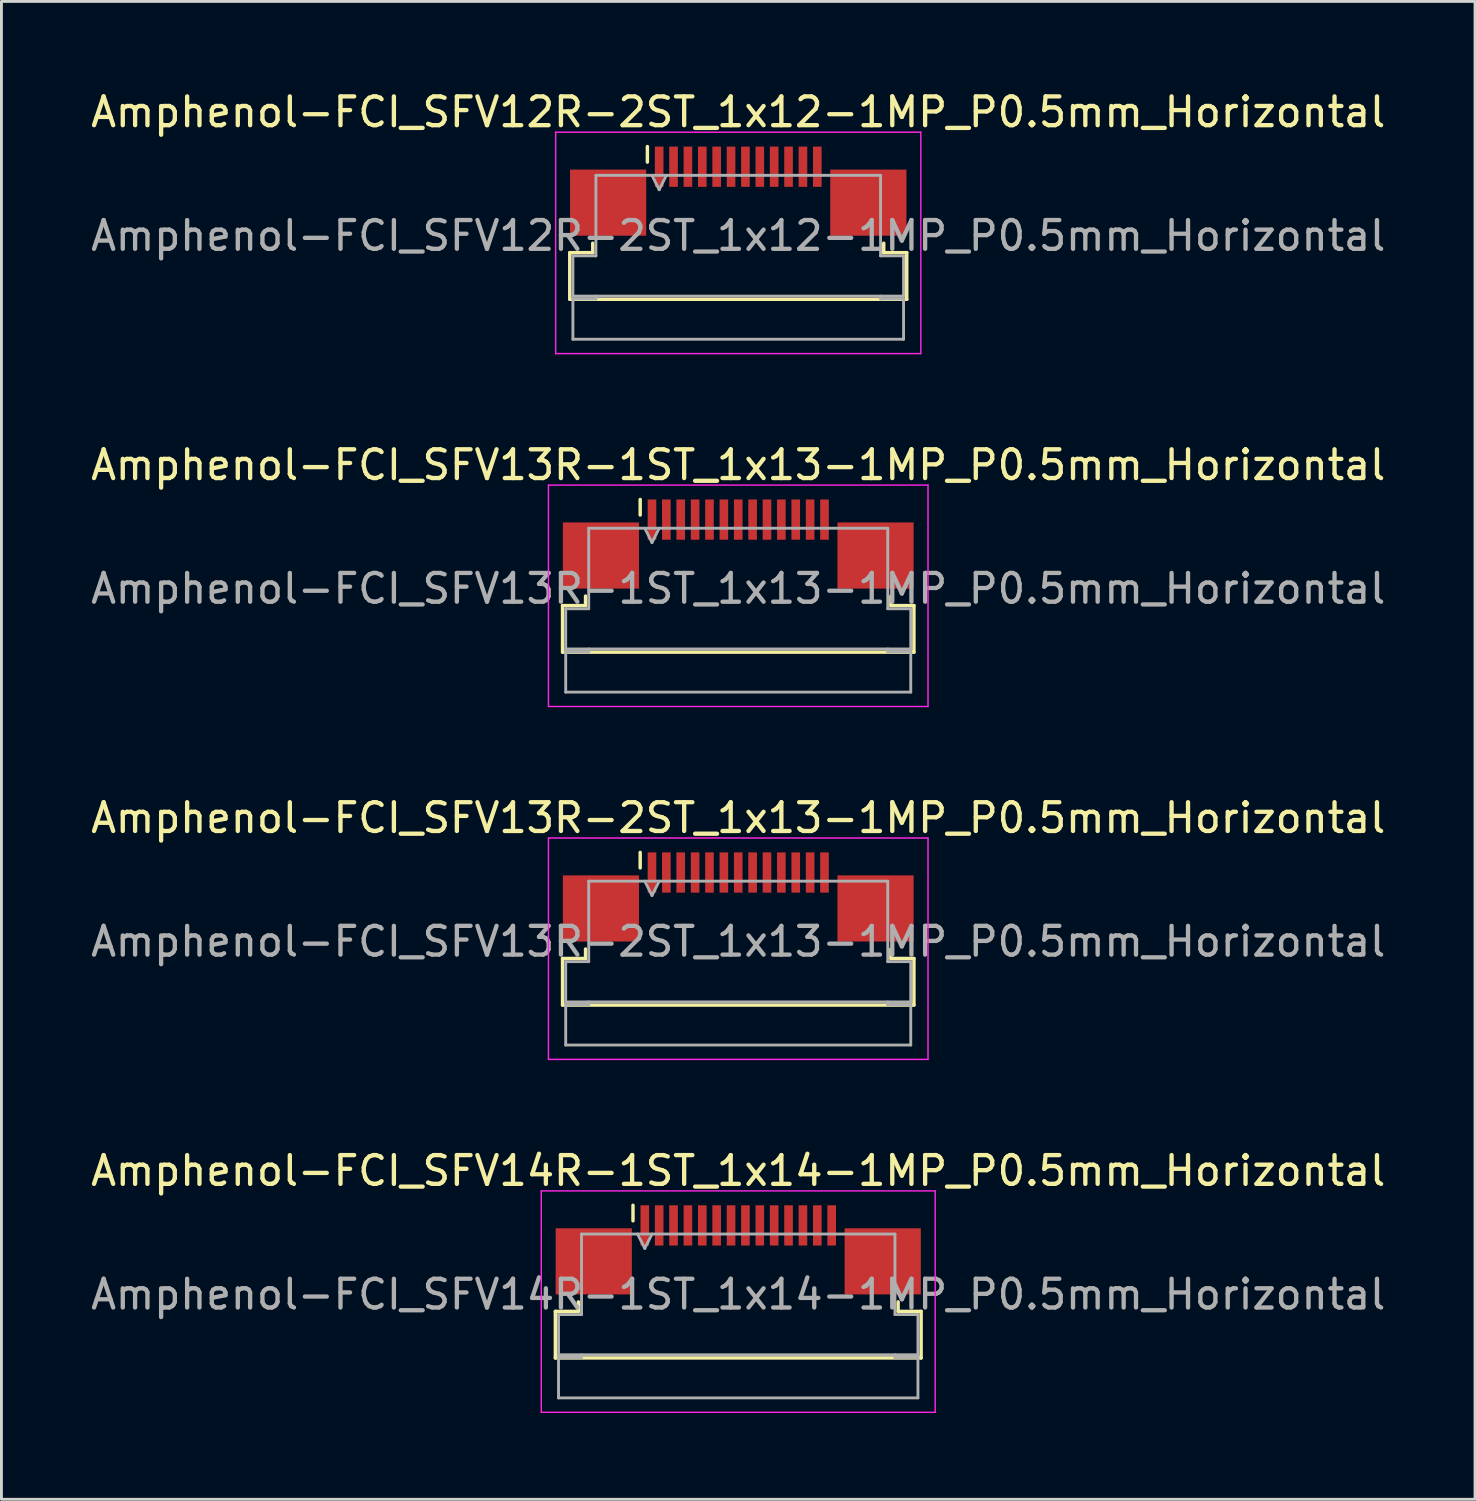
<source format=kicad_pcb>
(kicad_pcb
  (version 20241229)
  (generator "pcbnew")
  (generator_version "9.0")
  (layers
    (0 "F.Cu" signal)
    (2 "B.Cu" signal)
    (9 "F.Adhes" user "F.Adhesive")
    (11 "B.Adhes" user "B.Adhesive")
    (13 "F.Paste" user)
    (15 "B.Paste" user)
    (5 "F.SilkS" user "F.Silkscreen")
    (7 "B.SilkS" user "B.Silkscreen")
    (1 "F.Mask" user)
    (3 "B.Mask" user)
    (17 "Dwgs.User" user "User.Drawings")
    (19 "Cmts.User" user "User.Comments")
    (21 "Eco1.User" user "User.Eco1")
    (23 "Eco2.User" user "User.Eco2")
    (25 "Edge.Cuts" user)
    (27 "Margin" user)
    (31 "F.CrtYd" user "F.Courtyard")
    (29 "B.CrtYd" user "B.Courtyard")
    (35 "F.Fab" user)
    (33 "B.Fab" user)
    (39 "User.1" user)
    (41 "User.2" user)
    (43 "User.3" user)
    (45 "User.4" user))
  (footprint "Amphenol-FCI_SFV13R-2ST_1x13-1MP_P0.5mm_Horizontal"
    (layer "F.Cu")
    (at 22.625 29.295)
    (property "Reference" "Amphenol-FCI_SFV13R-2ST_1x13-1MP_P0.5mm_Horizontal" (at 0 -3.9 0) (layer "F.SilkS") (effects (font (size 1 1) (thickness 0.15))))
    (attr smd)
    (fp_line (start -6.11 0.99) (end -5.31 0.99) (stroke (width 0.12) (type solid)) (layer "F.SilkS"))
    (fp_line (start -6.11 2.61) (end -6.11 0.99) (stroke (width 0.12) (type solid)) (layer "F.SilkS"))
    (fp_line (start -5.31 0.99) (end -5.31 0.66) (stroke (width 0.12) (type solid)) (layer "F.SilkS"))
    (fp_line (start -3.41 -2.16) (end -3.41 -2.7) (stroke (width 0.12) (type solid)) (layer "F.SilkS"))
    (fp_line (start 5.31 0.66) (end 5.31 0.99) (stroke (width 0.12) (type solid)) (layer "F.SilkS"))
    (fp_line (start 5.31 0.99) (end 6.11 0.99) (stroke (width 0.12) (type solid)) (layer "F.SilkS"))
    (fp_line (start 6.11 0.99) (end 6.11 2.61) (stroke (width 0.12) (type solid)) (layer "F.SilkS"))
    (fp_line (start 6.11 2.61) (end -6.11 2.61) (stroke (width 0.12) (type solid)) (layer "F.SilkS"))
    (fp_line (start -6.6 -3.2) (end -6.6 4.5) (stroke (width 0.05) (type solid)) (layer "F.CrtYd"))
    (fp_line (start -6.6 4.5) (end 6.6 4.5) (stroke (width 0.05) (type solid)) (layer "F.CrtYd"))
    (fp_line (start 6.6 -3.2) (end -6.6 -3.2) (stroke (width 0.05) (type solid)) (layer "F.CrtYd"))
    (fp_line (start 6.6 4.5) (end 6.6 -3.2) (stroke (width 0.05) (type solid)) (layer "F.CrtYd"))
    (fp_line (start -6 1.1) (end -5.2 1.1) (stroke (width 0.1) (type solid)) (layer "F.Fab"))
    (fp_line (start -6 2.5) (end -6 1.1) (stroke (width 0.1) (type solid)) (layer "F.Fab"))
    (fp_line (start -6 2.6) (end -5.2 2.6) (stroke (width 0.1) (type solid)) (layer "F.Fab"))
    (fp_line (start -6 4) (end -6 2.6) (stroke (width 0.1) (type solid)) (layer "F.Fab"))
    (fp_line (start -5.2 -1.7) (end 5.2 -1.7) (stroke (width 0.1) (type solid)) (layer "F.Fab"))
    (fp_line (start -5.2 1.1) (end -5.2 -1.7) (stroke (width 0.1) (type solid)) (layer "F.Fab"))
    (fp_line (start -5.2 2.6) (end -5.2 2.5) (stroke (width 0.1) (type solid)) (layer "F.Fab"))
    (fp_line (start -3.25 -1.7) (end -3 -1.2) (stroke (width 0.1) (type solid)) (layer "F.Fab"))
    (fp_line (start -3 -1.2) (end -2.75 -1.7) (stroke (width 0.1) (type solid)) (layer "F.Fab"))
    (fp_line (start 5.2 -1.7) (end 5.2 1.1) (stroke (width 0.1) (type solid)) (layer "F.Fab"))
    (fp_line (start 5.2 1.1) (end 6 1.1) (stroke (width 0.1) (type solid)) (layer "F.Fab"))
    (fp_line (start 5.2 2.5) (end 5.2 2.6) (stroke (width 0.1) (type solid)) (layer "F.Fab"))
    (fp_line (start 5.2 2.6) (end 6 2.6) (stroke (width 0.1) (type solid)) (layer "F.Fab"))
    (fp_line (start 6 1.1) (end 6 2.5) (stroke (width 0.1) (type solid)) (layer "F.Fab"))
    (fp_line (start 6 2.5) (end -6 2.5) (stroke (width 0.1) (type solid)) (layer "F.Fab"))
    (fp_line (start 6 2.6) (end 6 4) (stroke (width 0.1) (type solid)) (layer "F.Fab"))
    (fp_line (start 6 4) (end -6 4) (stroke (width 0.1) (type solid)) (layer "F.Fab"))
    (fp_text user "${REFERENCE}" (at 0 0.4 0) (layer "F.Fab") (effects (font (size 1 1) (thickness 0.15))))
    (pad "1" smd rect (at -3 -2) (size 0.3 1.4) (layers "F.Cu" "F.Mask" "F.Paste"))
    (pad "2" smd rect (at -2.5 -2) (size 0.3 1.4) (layers "F.Cu" "F.Mask" "F.Paste"))
    (pad "3" smd rect (at -2 -2) (size 0.3 1.4) (layers "F.Cu" "F.Mask" "F.Paste"))
    (pad "4" smd rect (at -1.5 -2) (size 0.3 1.4) (layers "F.Cu" "F.Mask" "F.Paste"))
    (pad "5" smd rect (at -1 -2) (size 0.3 1.4) (layers "F.Cu" "F.Mask" "F.Paste"))
    (pad "6" smd rect (at -0.5 -2) (size 0.3 1.4) (layers "F.Cu" "F.Mask" "F.Paste"))
    (pad "7" smd rect (at 0 -2) (size 0.3 1.4) (layers "F.Cu" "F.Mask" "F.Paste"))
    (pad "8" smd rect (at 0.5 -2) (size 0.3 1.4) (layers "F.Cu" "F.Mask" "F.Paste"))
    (pad "9" smd rect (at 1 -2) (size 0.3 1.4) (layers "F.Cu" "F.Mask" "F.Paste"))
    (pad "10" smd rect (at 1.5 -2) (size 0.3 1.4) (layers "F.Cu" "F.Mask" "F.Paste"))
    (pad "11" smd rect (at 2 -2) (size 0.3 1.4) (layers "F.Cu" "F.Mask" "F.Paste"))
    (pad "12" smd rect (at 2.5 -2) (size 0.3 1.4) (layers "F.Cu" "F.Mask" "F.Paste"))
    (pad "13" smd rect (at 3 -2) (size 0.3 1.4) (layers "F.Cu" "F.Mask" "F.Paste"))
    (pad "MP" smd rect (at -4.775 -0.75) (size 2.65 2.3) (layers "F.Cu" "F.Mask" "F.Paste"))
    (pad "MP" smd rect (at 4.775 -0.75) (size 2.65 2.3) (layers "F.Cu" "F.Mask" "F.Paste")))
  (footprint "Amphenol-FCI_SFV13R-1ST_1x13-1MP_P0.5mm_Horizontal"
    (layer "F.Cu")
    (at 22.625 17.021)
    (property "Reference" "Amphenol-FCI_SFV13R-1ST_1x13-1MP_P0.5mm_Horizontal" (at 0 -3.9 0) (layer "F.SilkS") (effects (font (size 1 1) (thickness 0.15))))
    (attr smd)
    (fp_line (start -6.11 0.99) (end -5.31 0.99) (stroke (width 0.12) (type solid)) (layer "F.SilkS"))
    (fp_line (start -6.11 2.61) (end -6.11 0.99) (stroke (width 0.12) (type solid)) (layer "F.SilkS"))
    (fp_line (start -5.31 0.99) (end -5.31 0.66) (stroke (width 0.12) (type solid)) (layer "F.SilkS"))
    (fp_line (start -3.41 -2.16) (end -3.41 -2.7) (stroke (width 0.12) (type solid)) (layer "F.SilkS"))
    (fp_line (start 5.31 0.66) (end 5.31 0.99) (stroke (width 0.12) (type solid)) (layer "F.SilkS"))
    (fp_line (start 5.31 0.99) (end 6.11 0.99) (stroke (width 0.12) (type solid)) (layer "F.SilkS"))
    (fp_line (start 6.11 0.99) (end 6.11 2.61) (stroke (width 0.12) (type solid)) (layer "F.SilkS"))
    (fp_line (start 6.11 2.61) (end -6.11 2.61) (stroke (width 0.12) (type solid)) (layer "F.SilkS"))
    (fp_line (start -6.6 -3.2) (end -6.6 4.5) (stroke (width 0.05) (type solid)) (layer "F.CrtYd"))
    (fp_line (start -6.6 4.5) (end 6.6 4.5) (stroke (width 0.05) (type solid)) (layer "F.CrtYd"))
    (fp_line (start 6.6 -3.2) (end -6.6 -3.2) (stroke (width 0.05) (type solid)) (layer "F.CrtYd"))
    (fp_line (start 6.6 4.5) (end 6.6 -3.2) (stroke (width 0.05) (type solid)) (layer "F.CrtYd"))
    (fp_line (start -6 1.1) (end -5.2 1.1) (stroke (width 0.1) (type solid)) (layer "F.Fab"))
    (fp_line (start -6 2.5) (end -6 1.1) (stroke (width 0.1) (type solid)) (layer "F.Fab"))
    (fp_line (start -6 2.6) (end -5.2 2.6) (stroke (width 0.1) (type solid)) (layer "F.Fab"))
    (fp_line (start -6 4) (end -6 2.6) (stroke (width 0.1) (type solid)) (layer "F.Fab"))
    (fp_line (start -5.2 -1.7) (end 5.2 -1.7) (stroke (width 0.1) (type solid)) (layer "F.Fab"))
    (fp_line (start -5.2 1.1) (end -5.2 -1.7) (stroke (width 0.1) (type solid)) (layer "F.Fab"))
    (fp_line (start -5.2 2.6) (end -5.2 2.5) (stroke (width 0.1) (type solid)) (layer "F.Fab"))
    (fp_line (start -3.25 -1.7) (end -3 -1.2) (stroke (width 0.1) (type solid)) (layer "F.Fab"))
    (fp_line (start -3 -1.2) (end -2.75 -1.7) (stroke (width 0.1) (type solid)) (layer "F.Fab"))
    (fp_line (start 5.2 -1.7) (end 5.2 1.1) (stroke (width 0.1) (type solid)) (layer "F.Fab"))
    (fp_line (start 5.2 1.1) (end 6 1.1) (stroke (width 0.1) (type solid)) (layer "F.Fab"))
    (fp_line (start 5.2 2.5) (end 5.2 2.6) (stroke (width 0.1) (type solid)) (layer "F.Fab"))
    (fp_line (start 5.2 2.6) (end 6 2.6) (stroke (width 0.1) (type solid)) (layer "F.Fab"))
    (fp_line (start 6 1.1) (end 6 2.5) (stroke (width 0.1) (type solid)) (layer "F.Fab"))
    (fp_line (start 6 2.5) (end -6 2.5) (stroke (width 0.1) (type solid)) (layer "F.Fab"))
    (fp_line (start 6 2.6) (end 6 4) (stroke (width 0.1) (type solid)) (layer "F.Fab"))
    (fp_line (start 6 4) (end -6 4) (stroke (width 0.1) (type solid)) (layer "F.Fab"))
    (fp_text user "${REFERENCE}" (at 0 0.4 0) (layer "F.Fab") (effects (font (size 1 1) (thickness 0.15))))
    (pad "1" smd rect (at -3 -2) (size 0.3 1.4) (layers "F.Cu" "F.Mask" "F.Paste"))
    (pad "2" smd rect (at -2.5 -2) (size 0.3 1.4) (layers "F.Cu" "F.Mask" "F.Paste"))
    (pad "3" smd rect (at -2 -2) (size 0.3 1.4) (layers "F.Cu" "F.Mask" "F.Paste"))
    (pad "4" smd rect (at -1.5 -2) (size 0.3 1.4) (layers "F.Cu" "F.Mask" "F.Paste"))
    (pad "5" smd rect (at -1 -2) (size 0.3 1.4) (layers "F.Cu" "F.Mask" "F.Paste"))
    (pad "6" smd rect (at -0.5 -2) (size 0.3 1.4) (layers "F.Cu" "F.Mask" "F.Paste"))
    (pad "7" smd rect (at 0 -2) (size 0.3 1.4) (layers "F.Cu" "F.Mask" "F.Paste"))
    (pad "8" smd rect (at 0.5 -2) (size 0.3 1.4) (layers "F.Cu" "F.Mask" "F.Paste"))
    (pad "9" smd rect (at 1 -2) (size 0.3 1.4) (layers "F.Cu" "F.Mask" "F.Paste"))
    (pad "10" smd rect (at 1.5 -2) (size 0.3 1.4) (layers "F.Cu" "F.Mask" "F.Paste"))
    (pad "11" smd rect (at 2 -2) (size 0.3 1.4) (layers "F.Cu" "F.Mask" "F.Paste"))
    (pad "12" smd rect (at 2.5 -2) (size 0.3 1.4) (layers "F.Cu" "F.Mask" "F.Paste"))
    (pad "13" smd rect (at 3 -2) (size 0.3 1.4) (layers "F.Cu" "F.Mask" "F.Paste"))
    (pad "MP" smd rect (at -4.775 -0.75) (size 2.65 2.3) (layers "F.Cu" "F.Mask" "F.Paste"))
    (pad "MP" smd rect (at 4.775 -0.75) (size 2.65 2.3) (layers "F.Cu" "F.Mask" "F.Paste")))
  (footprint "Amphenol-FCI_SFV12R-2ST_1x12-1MP_P0.5mm_Horizontal"
    (layer "F.Cu")
    (at 22.625 4.748)
    (property "Reference" "Amphenol-FCI_SFV12R-2ST_1x12-1MP_P0.5mm_Horizontal" (at 0 -3.9 0) (layer "F.SilkS") (effects (font (size 1 1) (thickness 0.15))))
    (attr smd)
    (fp_line (start -5.86 0.99) (end -5.06 0.99) (stroke (width 0.12) (type solid)) (layer "F.SilkS"))
    (fp_line (start -5.86 2.61) (end -5.86 0.99) (stroke (width 0.12) (type solid)) (layer "F.SilkS"))
    (fp_line (start -5.06 0.99) (end -5.06 0.66) (stroke (width 0.12) (type solid)) (layer "F.SilkS"))
    (fp_line (start -3.16 -2.16) (end -3.16 -2.7) (stroke (width 0.12) (type solid)) (layer "F.SilkS"))
    (fp_line (start 5.06 0.66) (end 5.06 0.99) (stroke (width 0.12) (type solid)) (layer "F.SilkS"))
    (fp_line (start 5.06 0.99) (end 5.86 0.99) (stroke (width 0.12) (type solid)) (layer "F.SilkS"))
    (fp_line (start 5.86 0.99) (end 5.86 2.61) (stroke (width 0.12) (type solid)) (layer "F.SilkS"))
    (fp_line (start 5.86 2.61) (end -5.86 2.61) (stroke (width 0.12) (type solid)) (layer "F.SilkS"))
    (fp_line (start -6.35 -3.2) (end -6.35 4.5) (stroke (width 0.05) (type solid)) (layer "F.CrtYd"))
    (fp_line (start -6.35 4.5) (end 6.35 4.5) (stroke (width 0.05) (type solid)) (layer "F.CrtYd"))
    (fp_line (start 6.35 -3.2) (end -6.35 -3.2) (stroke (width 0.05) (type solid)) (layer "F.CrtYd"))
    (fp_line (start 6.35 4.5) (end 6.35 -3.2) (stroke (width 0.05) (type solid)) (layer "F.CrtYd"))
    (fp_line (start -5.75 1.1) (end -4.95 1.1) (stroke (width 0.1) (type solid)) (layer "F.Fab"))
    (fp_line (start -5.75 2.5) (end -5.75 1.1) (stroke (width 0.1) (type solid)) (layer "F.Fab"))
    (fp_line (start -5.75 2.6) (end -4.95 2.6) (stroke (width 0.1) (type solid)) (layer "F.Fab"))
    (fp_line (start -5.75 4) (end -5.75 2.6) (stroke (width 0.1) (type solid)) (layer "F.Fab"))
    (fp_line (start -4.95 -1.7) (end 4.95 -1.7) (stroke (width 0.1) (type solid)) (layer "F.Fab"))
    (fp_line (start -4.95 1.1) (end -4.95 -1.7) (stroke (width 0.1) (type solid)) (layer "F.Fab"))
    (fp_line (start -4.95 2.6) (end -4.95 2.5) (stroke (width 0.1) (type solid)) (layer "F.Fab"))
    (fp_line (start -3 -1.7) (end -2.75 -1.2) (stroke (width 0.1) (type solid)) (layer "F.Fab"))
    (fp_line (start -2.75 -1.2) (end -2.5 -1.7) (stroke (width 0.1) (type solid)) (layer "F.Fab"))
    (fp_line (start 4.95 -1.7) (end 4.95 1.1) (stroke (width 0.1) (type solid)) (layer "F.Fab"))
    (fp_line (start 4.95 1.1) (end 5.75 1.1) (stroke (width 0.1) (type solid)) (layer "F.Fab"))
    (fp_line (start 4.95 2.5) (end 4.95 2.6) (stroke (width 0.1) (type solid)) (layer "F.Fab"))
    (fp_line (start 4.95 2.6) (end 5.75 2.6) (stroke (width 0.1) (type solid)) (layer "F.Fab"))
    (fp_line (start 5.75 1.1) (end 5.75 2.5) (stroke (width 0.1) (type solid)) (layer "F.Fab"))
    (fp_line (start 5.75 2.5) (end -5.75 2.5) (stroke (width 0.1) (type solid)) (layer "F.Fab"))
    (fp_line (start 5.75 2.6) (end 5.75 4) (stroke (width 0.1) (type solid)) (layer "F.Fab"))
    (fp_line (start 5.75 4) (end -5.75 4) (stroke (width 0.1) (type solid)) (layer "F.Fab"))
    (fp_text user "${REFERENCE}" (at 0 0.4 0) (layer "F.Fab") (effects (font (size 1 1) (thickness 0.15))))
    (pad "1" smd rect (at -2.75 -2) (size 0.3 1.4) (layers "F.Cu" "F.Mask" "F.Paste"))
    (pad "2" smd rect (at -2.25 -2) (size 0.3 1.4) (layers "F.Cu" "F.Mask" "F.Paste"))
    (pad "3" smd rect (at -1.75 -2) (size 0.3 1.4) (layers "F.Cu" "F.Mask" "F.Paste"))
    (pad "4" smd rect (at -1.25 -2) (size 0.3 1.4) (layers "F.Cu" "F.Mask" "F.Paste"))
    (pad "5" smd rect (at -0.75 -2) (size 0.3 1.4) (layers "F.Cu" "F.Mask" "F.Paste"))
    (pad "6" smd rect (at -0.25 -2) (size 0.3 1.4) (layers "F.Cu" "F.Mask" "F.Paste"))
    (pad "7" smd rect (at 0.25 -2) (size 0.3 1.4) (layers "F.Cu" "F.Mask" "F.Paste"))
    (pad "8" smd rect (at 0.75 -2) (size 0.3 1.4) (layers "F.Cu" "F.Mask" "F.Paste"))
    (pad "9" smd rect (at 1.25 -2) (size 0.3 1.4) (layers "F.Cu" "F.Mask" "F.Paste"))
    (pad "10" smd rect (at 1.75 -2) (size 0.3 1.4) (layers "F.Cu" "F.Mask" "F.Paste"))
    (pad "11" smd rect (at 2.25 -2) (size 0.3 1.4) (layers "F.Cu" "F.Mask" "F.Paste"))
    (pad "12" smd rect (at 2.75 -2) (size 0.3 1.4) (layers "F.Cu" "F.Mask" "F.Paste"))
    (pad "MP" smd rect (at -4.525 -0.75) (size 2.65 2.3) (layers "F.Cu" "F.Mask" "F.Paste"))
    (pad "MP" smd rect (at 4.525 -0.75) (size 2.65 2.3) (layers "F.Cu" "F.Mask" "F.Paste")))
  (footprint "Amphenol-FCI_SFV14R-1ST_1x14-1MP_P0.5mm_Horizontal"
    (layer "F.Cu")
    (at 22.625 41.568)
    (property "Reference" "Amphenol-FCI_SFV14R-1ST_1x14-1MP_P0.5mm_Horizontal" (at 0 -3.9 0) (layer "F.SilkS") (effects (font (size 1 1) (thickness 0.15))))
    (attr smd)
    (fp_line (start -6.36 0.99) (end -5.56 0.99) (stroke (width 0.12) (type solid)) (layer "F.SilkS"))
    (fp_line (start -6.36 2.61) (end -6.36 0.99) (stroke (width 0.12) (type solid)) (layer "F.SilkS"))
    (fp_line (start -5.56 0.99) (end -5.56 0.66) (stroke (width 0.12) (type solid)) (layer "F.SilkS"))
    (fp_line (start -3.66 -2.16) (end -3.66 -2.7) (stroke (width 0.12) (type solid)) (layer "F.SilkS"))
    (fp_line (start 5.56 0.66) (end 5.56 0.99) (stroke (width 0.12) (type solid)) (layer "F.SilkS"))
    (fp_line (start 5.56 0.99) (end 6.36 0.99) (stroke (width 0.12) (type solid)) (layer "F.SilkS"))
    (fp_line (start 6.36 0.99) (end 6.36 2.61) (stroke (width 0.12) (type solid)) (layer "F.SilkS"))
    (fp_line (start 6.36 2.61) (end -6.36 2.61) (stroke (width 0.12) (type solid)) (layer "F.SilkS"))
    (fp_line (start -6.85 -3.2) (end -6.85 4.5) (stroke (width 0.05) (type solid)) (layer "F.CrtYd"))
    (fp_line (start -6.85 4.5) (end 6.85 4.5) (stroke (width 0.05) (type solid)) (layer "F.CrtYd"))
    (fp_line (start 6.85 -3.2) (end -6.85 -3.2) (stroke (width 0.05) (type solid)) (layer "F.CrtYd"))
    (fp_line (start 6.85 4.5) (end 6.85 -3.2) (stroke (width 0.05) (type solid)) (layer "F.CrtYd"))
    (fp_line (start -6.25 1.1) (end -5.45 1.1) (stroke (width 0.1) (type solid)) (layer "F.Fab"))
    (fp_line (start -6.25 2.5) (end -6.25 1.1) (stroke (width 0.1) (type solid)) (layer "F.Fab"))
    (fp_line (start -6.25 2.6) (end -5.45 2.6) (stroke (width 0.1) (type solid)) (layer "F.Fab"))
    (fp_line (start -6.25 4) (end -6.25 2.6) (stroke (width 0.1) (type solid)) (layer "F.Fab"))
    (fp_line (start -5.45 -1.7) (end 5.45 -1.7) (stroke (width 0.1) (type solid)) (layer "F.Fab"))
    (fp_line (start -5.45 1.1) (end -5.45 -1.7) (stroke (width 0.1) (type solid)) (layer "F.Fab"))
    (fp_line (start -5.45 2.6) (end -5.45 2.5) (stroke (width 0.1) (type solid)) (layer "F.Fab"))
    (fp_line (start -3.5 -1.7) (end -3.25 -1.2) (stroke (width 0.1) (type solid)) (layer "F.Fab"))
    (fp_line (start -3.25 -1.2) (end -3 -1.7) (stroke (width 0.1) (type solid)) (layer "F.Fab"))
    (fp_line (start 5.45 -1.7) (end 5.45 1.1) (stroke (width 0.1) (type solid)) (layer "F.Fab"))
    (fp_line (start 5.45 1.1) (end 6.25 1.1) (stroke (width 0.1) (type solid)) (layer "F.Fab"))
    (fp_line (start 5.45 2.5) (end 5.45 2.6) (stroke (width 0.1) (type solid)) (layer "F.Fab"))
    (fp_line (start 5.45 2.6) (end 6.25 2.6) (stroke (width 0.1) (type solid)) (layer "F.Fab"))
    (fp_line (start 6.25 1.1) (end 6.25 2.5) (stroke (width 0.1) (type solid)) (layer "F.Fab"))
    (fp_line (start 6.25 2.5) (end -6.25 2.5) (stroke (width 0.1) (type solid)) (layer "F.Fab"))
    (fp_line (start 6.25 2.6) (end 6.25 4) (stroke (width 0.1) (type solid)) (layer "F.Fab"))
    (fp_line (start 6.25 4) (end -6.25 4) (stroke (width 0.1) (type solid)) (layer "F.Fab"))
    (fp_text user "${REFERENCE}" (at 0 0.4 0) (layer "F.Fab") (effects (font (size 1 1) (thickness 0.15))))
    (pad "1" smd rect (at -3.25 -2) (size 0.3 1.4) (layers "F.Cu" "F.Mask" "F.Paste"))
    (pad "2" smd rect (at -2.75 -2) (size 0.3 1.4) (layers "F.Cu" "F.Mask" "F.Paste"))
    (pad "3" smd rect (at -2.25 -2) (size 0.3 1.4) (layers "F.Cu" "F.Mask" "F.Paste"))
    (pad "4" smd rect (at -1.75 -2) (size 0.3 1.4) (layers "F.Cu" "F.Mask" "F.Paste"))
    (pad "5" smd rect (at -1.25 -2) (size 0.3 1.4) (layers "F.Cu" "F.Mask" "F.Paste"))
    (pad "6" smd rect (at -0.75 -2) (size 0.3 1.4) (layers "F.Cu" "F.Mask" "F.Paste"))
    (pad "7" smd rect (at -0.25 -2) (size 0.3 1.4) (layers "F.Cu" "F.Mask" "F.Paste"))
    (pad "8" smd rect (at 0.25 -2) (size 0.3 1.4) (layers "F.Cu" "F.Mask" "F.Paste"))
    (pad "9" smd rect (at 0.75 -2) (size 0.3 1.4) (layers "F.Cu" "F.Mask" "F.Paste"))
    (pad "10" smd rect (at 1.25 -2) (size 0.3 1.4) (layers "F.Cu" "F.Mask" "F.Paste"))
    (pad "11" smd rect (at 1.75 -2) (size 0.3 1.4) (layers "F.Cu" "F.Mask" "F.Paste"))
    (pad "12" smd rect (at 2.25 -2) (size 0.3 1.4) (layers "F.Cu" "F.Mask" "F.Paste"))
    (pad "13" smd rect (at 2.75 -2) (size 0.3 1.4) (layers "F.Cu" "F.Mask" "F.Paste"))
    (pad "14" smd rect (at 3.25 -2) (size 0.3 1.4) (layers "F.Cu" "F.Mask" "F.Paste"))
    (pad "MP" smd rect (at -5.025 -0.75) (size 2.65 2.3) (layers "F.Cu" "F.Mask" "F.Paste"))
    (pad "MP" smd rect (at 5.025 -0.75) (size 2.65 2.3) (layers "F.Cu" "F.Mask" "F.Paste")))
  (gr_rect
    (start -3 -3)
    (end 48.25 49.093)
    (stroke (width 0.1) (type default))
    (fill no)
    (layer "Edge.Cuts")))
</source>
